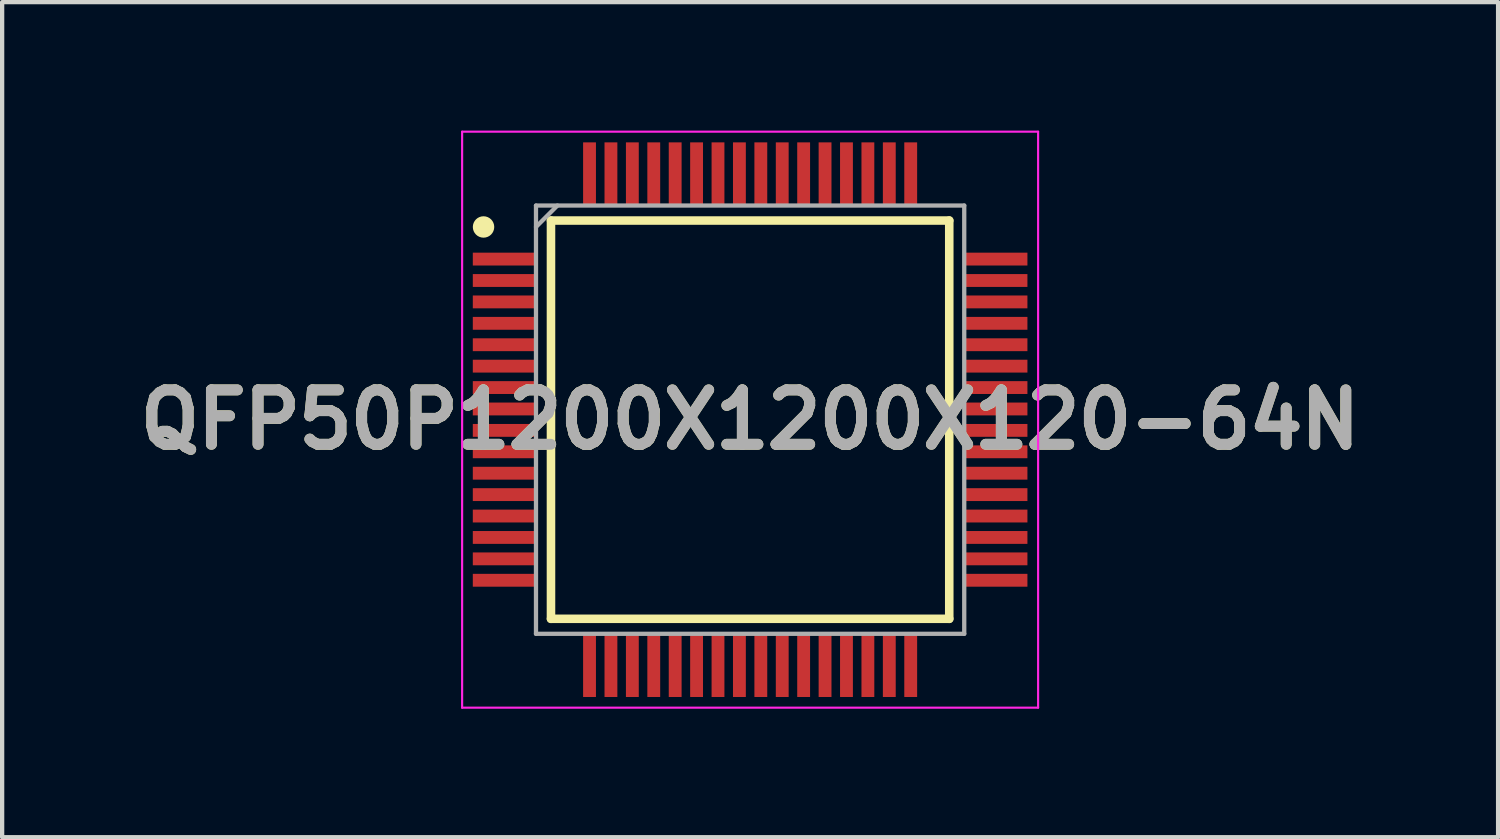
<source format=kicad_pcb>
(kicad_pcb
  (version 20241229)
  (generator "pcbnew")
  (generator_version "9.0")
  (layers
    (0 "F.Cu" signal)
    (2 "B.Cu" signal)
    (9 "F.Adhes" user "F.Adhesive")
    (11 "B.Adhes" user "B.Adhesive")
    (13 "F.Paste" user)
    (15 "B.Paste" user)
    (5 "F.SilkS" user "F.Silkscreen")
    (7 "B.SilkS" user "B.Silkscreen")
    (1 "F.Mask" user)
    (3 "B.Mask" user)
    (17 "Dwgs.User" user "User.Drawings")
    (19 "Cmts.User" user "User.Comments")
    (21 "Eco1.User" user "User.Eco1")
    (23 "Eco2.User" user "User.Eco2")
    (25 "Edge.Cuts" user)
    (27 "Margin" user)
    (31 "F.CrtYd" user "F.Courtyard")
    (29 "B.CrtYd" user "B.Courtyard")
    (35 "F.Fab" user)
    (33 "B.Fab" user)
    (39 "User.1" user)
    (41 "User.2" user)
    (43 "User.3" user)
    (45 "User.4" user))
  (footprint "QFP50P1200X1200X120-64N"
    (layer "F.Cu")
    (at 14.466 6.75)
    (property "Reference" "QFP50P1200X1200X120-64N" (at 0 0 0) (layer "F.SilkS") (effects (font (size 1.27 1.27) (thickness 0.254))))
    (attr smd)
    (fp_line (start -4.65 -4.65) (end 4.65 -4.65) (stroke (width 0.2) (type solid)) (layer "F.SilkS"))
    (fp_line (start -4.65 4.65) (end -4.65 -4.65) (stroke (width 0.2) (type solid)) (layer "F.SilkS"))
    (fp_line (start 4.65 -4.65) (end 4.65 4.65) (stroke (width 0.2) (type solid)) (layer "F.SilkS"))
    (fp_line (start 4.65 4.65) (end -4.65 4.65) (stroke (width 0.2) (type solid)) (layer "F.SilkS"))
    (fp_circle (center -6.225 -4.5) (end -6.225 -4.375) (stroke (width 0.25) (type solid)) (fill no) (layer "F.SilkS"))
    (fp_line (start -6.725 -6.725) (end 6.725 -6.725) (stroke (width 0.05) (type solid)) (layer "F.CrtYd"))
    (fp_line (start -6.725 6.725) (end -6.725 -6.725) (stroke (width 0.05) (type solid)) (layer "F.CrtYd"))
    (fp_line (start 6.725 -6.725) (end 6.725 6.725) (stroke (width 0.05) (type solid)) (layer "F.CrtYd"))
    (fp_line (start 6.725 6.725) (end -6.725 6.725) (stroke (width 0.05) (type solid)) (layer "F.CrtYd"))
    (fp_line (start -5 -5) (end 5 -5) (stroke (width 0.1) (type solid)) (layer "F.Fab"))
    (fp_line (start -5 -4.5) (end -4.5 -5) (stroke (width 0.1) (type solid)) (layer "F.Fab"))
    (fp_line (start -5 5) (end -5 -5) (stroke (width 0.1) (type solid)) (layer "F.Fab"))
    (fp_line (start 5 -5) (end 5 5) (stroke (width 0.1) (type solid)) (layer "F.Fab"))
    (fp_line (start 5 5) (end -5 5) (stroke (width 0.1) (type solid)) (layer "F.Fab"))
    (fp_text user "${REFERENCE}" (at 0 0 0) (layer "F.Fab") (effects (font (size 1.27 1.27) (thickness 0.254))))
    (pad "1" smd rect (at -5.738 -3.75 90) (size 0.3 1.475) (layers "F.Cu" "F.Mask" "F.Paste"))
    (pad "2" smd rect (at -5.738 -3.25 90) (size 0.3 1.475) (layers "F.Cu" "F.Mask" "F.Paste"))
    (pad "3" smd rect (at -5.738 -2.75 90) (size 0.3 1.475) (layers "F.Cu" "F.Mask" "F.Paste"))
    (pad "4" smd rect (at -5.738 -2.25 90) (size 0.3 1.475) (layers "F.Cu" "F.Mask" "F.Paste"))
    (pad "5" smd rect (at -5.738 -1.75 90) (size 0.3 1.475) (layers "F.Cu" "F.Mask" "F.Paste"))
    (pad "6" smd rect (at -5.738 -1.25 90) (size 0.3 1.475) (layers "F.Cu" "F.Mask" "F.Paste"))
    (pad "7" smd rect (at -5.738 -0.75 90) (size 0.3 1.475) (layers "F.Cu" "F.Mask" "F.Paste"))
    (pad "8" smd rect (at -5.738 -0.25 90) (size 0.3 1.475) (layers "F.Cu" "F.Mask" "F.Paste"))
    (pad "9" smd rect (at -5.738 0.25 90) (size 0.3 1.475) (layers "F.Cu" "F.Mask" "F.Paste"))
    (pad "10" smd rect (at -5.738 0.75 90) (size 0.3 1.475) (layers "F.Cu" "F.Mask" "F.Paste"))
    (pad "11" smd rect (at -5.738 1.25 90) (size 0.3 1.475) (layers "F.Cu" "F.Mask" "F.Paste"))
    (pad "12" smd rect (at -5.738 1.75 90) (size 0.3 1.475) (layers "F.Cu" "F.Mask" "F.Paste"))
    (pad "13" smd rect (at -5.738 2.25 90) (size 0.3 1.475) (layers "F.Cu" "F.Mask" "F.Paste"))
    (pad "14" smd rect (at -5.738 2.75 90) (size 0.3 1.475) (layers "F.Cu" "F.Mask" "F.Paste"))
    (pad "15" smd rect (at -5.738 3.25 90) (size 0.3 1.475) (layers "F.Cu" "F.Mask" "F.Paste"))
    (pad "16" smd rect (at -5.738 3.75 90) (size 0.3 1.475) (layers "F.Cu" "F.Mask" "F.Paste"))
    (pad "17" smd rect (at -3.75 5.738) (size 0.3 1.475) (layers "F.Cu" "F.Mask" "F.Paste"))
    (pad "18" smd rect (at -3.25 5.738) (size 0.3 1.475) (layers "F.Cu" "F.Mask" "F.Paste"))
    (pad "19" smd rect (at -2.75 5.738) (size 0.3 1.475) (layers "F.Cu" "F.Mask" "F.Paste"))
    (pad "20" smd rect (at -2.25 5.738) (size 0.3 1.475) (layers "F.Cu" "F.Mask" "F.Paste"))
    (pad "21" smd rect (at -1.75 5.738) (size 0.3 1.475) (layers "F.Cu" "F.Mask" "F.Paste"))
    (pad "22" smd rect (at -1.25 5.738) (size 0.3 1.475) (layers "F.Cu" "F.Mask" "F.Paste"))
    (pad "23" smd rect (at -0.75 5.738) (size 0.3 1.475) (layers "F.Cu" "F.Mask" "F.Paste"))
    (pad "24" smd rect (at -0.25 5.738) (size 0.3 1.475) (layers "F.Cu" "F.Mask" "F.Paste"))
    (pad "25" smd rect (at 0.25 5.738) (size 0.3 1.475) (layers "F.Cu" "F.Mask" "F.Paste"))
    (pad "26" smd rect (at 0.75 5.738) (size 0.3 1.475) (layers "F.Cu" "F.Mask" "F.Paste"))
    (pad "27" smd rect (at 1.25 5.738) (size 0.3 1.475) (layers "F.Cu" "F.Mask" "F.Paste"))
    (pad "28" smd rect (at 1.75 5.738) (size 0.3 1.475) (layers "F.Cu" "F.Mask" "F.Paste"))
    (pad "29" smd rect (at 2.25 5.738) (size 0.3 1.475) (layers "F.Cu" "F.Mask" "F.Paste"))
    (pad "30" smd rect (at 2.75 5.738) (size 0.3 1.475) (layers "F.Cu" "F.Mask" "F.Paste"))
    (pad "31" smd rect (at 3.25 5.738) (size 0.3 1.475) (layers "F.Cu" "F.Mask" "F.Paste"))
    (pad "32" smd rect (at 3.75 5.738) (size 0.3 1.475) (layers "F.Cu" "F.Mask" "F.Paste"))
    (pad "33" smd rect (at 5.738 3.75 90) (size 0.3 1.475) (layers "F.Cu" "F.Mask" "F.Paste"))
    (pad "34" smd rect (at 5.738 3.25 90) (size 0.3 1.475) (layers "F.Cu" "F.Mask" "F.Paste"))
    (pad "35" smd rect (at 5.738 2.75 90) (size 0.3 1.475) (layers "F.Cu" "F.Mask" "F.Paste"))
    (pad "36" smd rect (at 5.738 2.25 90) (size 0.3 1.475) (layers "F.Cu" "F.Mask" "F.Paste"))
    (pad "37" smd rect (at 5.738 1.75 90) (size 0.3 1.475) (layers "F.Cu" "F.Mask" "F.Paste"))
    (pad "38" smd rect (at 5.738 1.25 90) (size 0.3 1.475) (layers "F.Cu" "F.Mask" "F.Paste"))
    (pad "39" smd rect (at 5.738 0.75 90) (size 0.3 1.475) (layers "F.Cu" "F.Mask" "F.Paste"))
    (pad "40" smd rect (at 5.738 0.25 90) (size 0.3 1.475) (layers "F.Cu" "F.Mask" "F.Paste"))
    (pad "41" smd rect (at 5.738 -0.25 90) (size 0.3 1.475) (layers "F.Cu" "F.Mask" "F.Paste"))
    (pad "42" smd rect (at 5.738 -0.75 90) (size 0.3 1.475) (layers "F.Cu" "F.Mask" "F.Paste"))
    (pad "43" smd rect (at 5.738 -1.25 90) (size 0.3 1.475) (layers "F.Cu" "F.Mask" "F.Paste"))
    (pad "44" smd rect (at 5.738 -1.75 90) (size 0.3 1.475) (layers "F.Cu" "F.Mask" "F.Paste"))
    (pad "45" smd rect (at 5.738 -2.25 90) (size 0.3 1.475) (layers "F.Cu" "F.Mask" "F.Paste"))
    (pad "46" smd rect (at 5.738 -2.75 90) (size 0.3 1.475) (layers "F.Cu" "F.Mask" "F.Paste"))
    (pad "47" smd rect (at 5.738 -3.25 90) (size 0.3 1.475) (layers "F.Cu" "F.Mask" "F.Paste"))
    (pad "48" smd rect (at 5.738 -3.75 90) (size 0.3 1.475) (layers "F.Cu" "F.Mask" "F.Paste"))
    (pad "49" smd rect (at 3.75 -5.738) (size 0.3 1.475) (layers "F.Cu" "F.Mask" "F.Paste"))
    (pad "50" smd rect (at 3.25 -5.738) (size 0.3 1.475) (layers "F.Cu" "F.Mask" "F.Paste"))
    (pad "51" smd rect (at 2.75 -5.738) (size 0.3 1.475) (layers "F.Cu" "F.Mask" "F.Paste"))
    (pad "52" smd rect (at 2.25 -5.738) (size 0.3 1.475) (layers "F.Cu" "F.Mask" "F.Paste"))
    (pad "53" smd rect (at 1.75 -5.738) (size 0.3 1.475) (layers "F.Cu" "F.Mask" "F.Paste"))
    (pad "54" smd rect (at 1.25 -5.738) (size 0.3 1.475) (layers "F.Cu" "F.Mask" "F.Paste"))
    (pad "55" smd rect (at 0.75 -5.738) (size 0.3 1.475) (layers "F.Cu" "F.Mask" "F.Paste"))
    (pad "56" smd rect (at 0.25 -5.738) (size 0.3 1.475) (layers "F.Cu" "F.Mask" "F.Paste"))
    (pad "57" smd rect (at -0.25 -5.738) (size 0.3 1.475) (layers "F.Cu" "F.Mask" "F.Paste"))
    (pad "58" smd rect (at -0.75 -5.738) (size 0.3 1.475) (layers "F.Cu" "F.Mask" "F.Paste"))
    (pad "59" smd rect (at -1.25 -5.738) (size 0.3 1.475) (layers "F.Cu" "F.Mask" "F.Paste"))
    (pad "60" smd rect (at -1.75 -5.738) (size 0.3 1.475) (layers "F.Cu" "F.Mask" "F.Paste"))
    (pad "61" smd rect (at -2.25 -5.738) (size 0.3 1.475) (layers "F.Cu" "F.Mask" "F.Paste"))
    (pad "62" smd rect (at -2.75 -5.738) (size 0.3 1.475) (layers "F.Cu" "F.Mask" "F.Paste"))
    (pad "63" smd rect (at -3.25 -5.738) (size 0.3 1.475) (layers "F.Cu" "F.Mask" "F.Paste"))
    (pad "64" smd rect (at -3.75 -5.738) (size 0.3 1.475) (layers "F.Cu" "F.Mask" "F.Paste")))
  (gr_rect
    (start -3 -3)
    (end 31.932 16.5)
    (stroke (width 0.1) (type default))
    (fill no)
    (layer "Edge.Cuts")))
</source>
